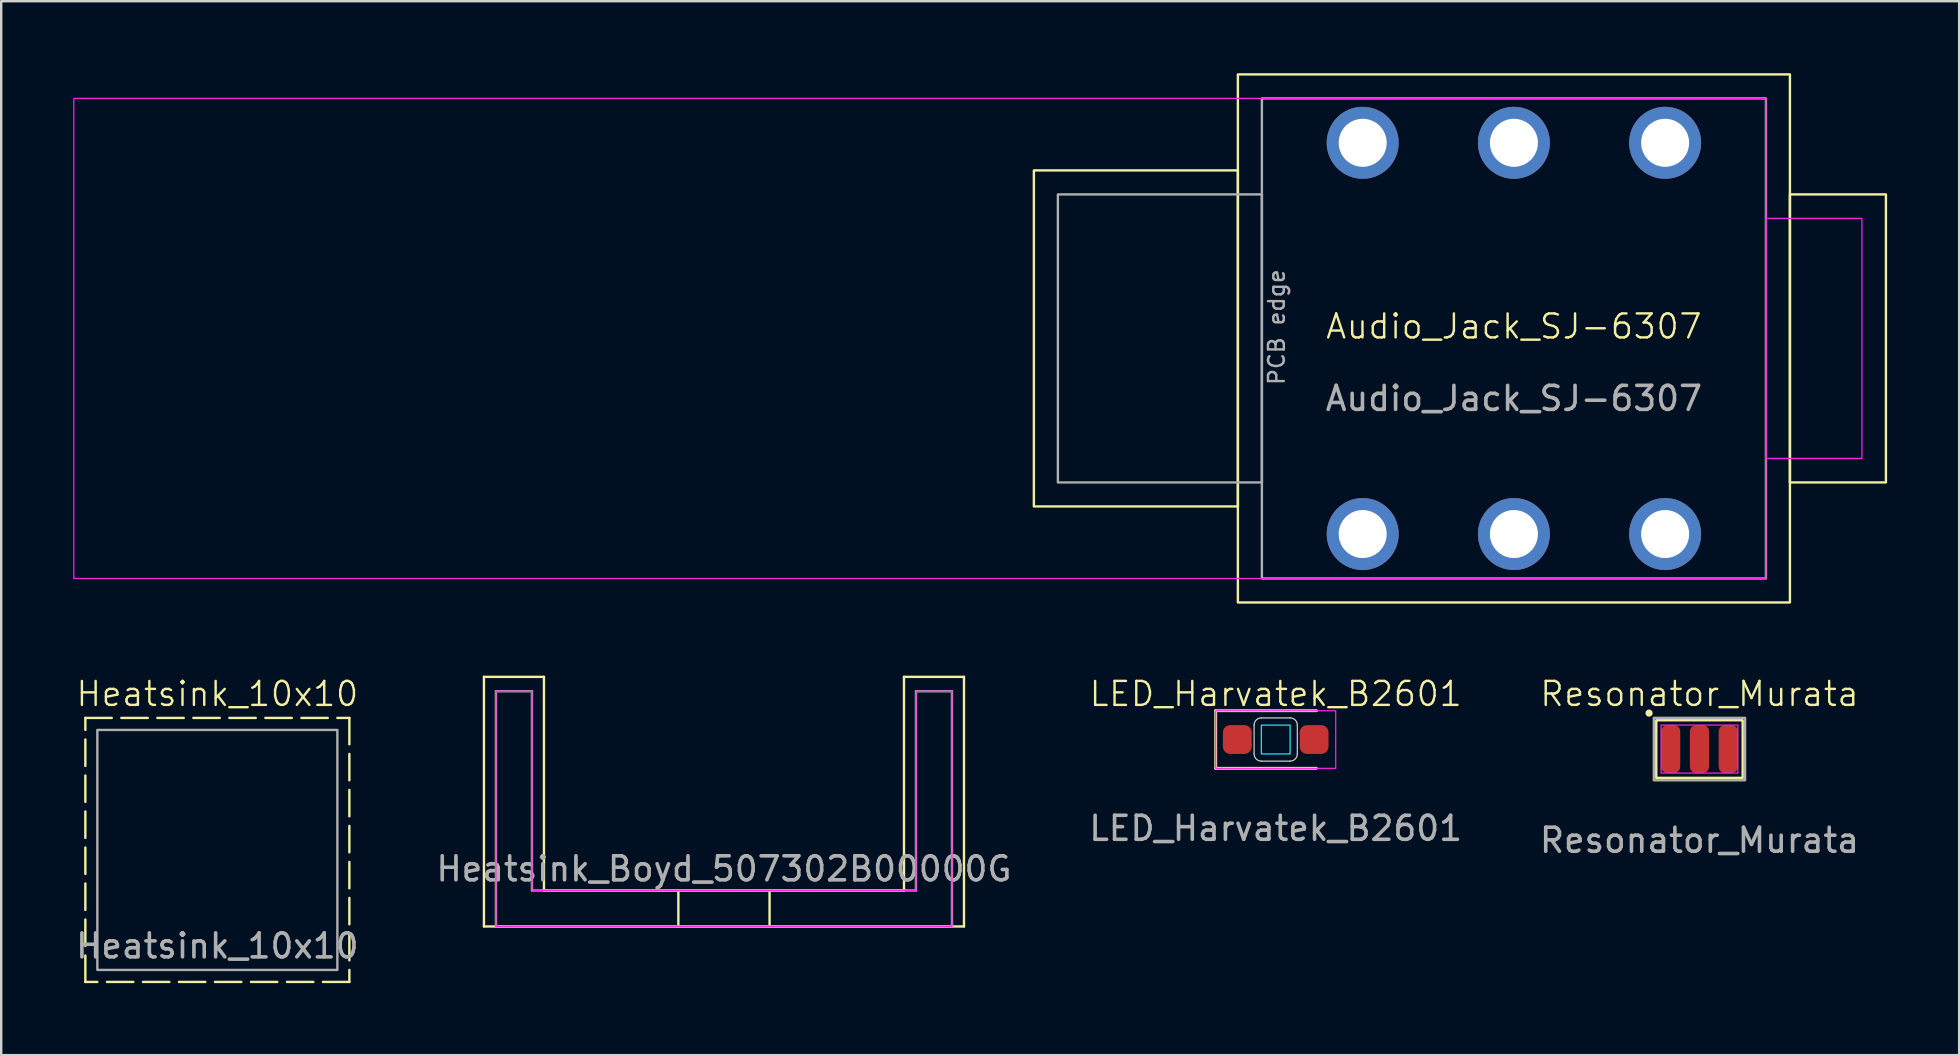
<source format=kicad_pcb>
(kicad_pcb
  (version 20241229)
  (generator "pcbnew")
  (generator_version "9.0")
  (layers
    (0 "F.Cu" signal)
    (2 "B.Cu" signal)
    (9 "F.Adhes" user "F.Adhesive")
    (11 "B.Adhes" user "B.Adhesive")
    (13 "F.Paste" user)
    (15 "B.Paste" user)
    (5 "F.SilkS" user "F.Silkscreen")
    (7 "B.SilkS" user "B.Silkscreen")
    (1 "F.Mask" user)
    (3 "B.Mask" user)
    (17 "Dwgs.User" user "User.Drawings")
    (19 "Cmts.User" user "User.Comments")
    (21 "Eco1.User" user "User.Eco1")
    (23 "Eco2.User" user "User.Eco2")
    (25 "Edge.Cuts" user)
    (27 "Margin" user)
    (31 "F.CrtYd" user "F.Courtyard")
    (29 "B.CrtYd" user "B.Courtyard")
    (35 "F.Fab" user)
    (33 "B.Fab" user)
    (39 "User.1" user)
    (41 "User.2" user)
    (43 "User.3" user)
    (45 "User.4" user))
  (footprint "Audio_Jack_SJ-6307"
    (layer "F.Cu")
    (at 60.025 11.05)
    (property "Reference" "Audio_Jack_SJ-6307" (at 0 -0.5 0) (unlocked yes) (layer "F.SilkS") (effects (font (size 1 1) (thickness 0.1))))
    (attr through_hole)
    (fp_rect (start -20 -7) (end -11.5 7) (stroke (width 0.1) (type default)) (fill no) (layer "F.SilkS"))
    (fp_rect (start -11.5 -11) (end 11.5 11) (stroke (width 0.1) (type default)) (fill no) (layer "F.SilkS"))
    (fp_rect (start 11.5 -6) (end 15.5 6) (stroke (width 0.1) (type default)) (fill no) (layer "F.SilkS"))
    (fp_rect (start -60 -10) (end 10.5 10) (stroke (width 0.05) (type default)) (fill no) (layer "F.CrtYd"))
    (fp_rect (start 10.5 -5) (end 14.5 5) (stroke (width 0.05) (type default)) (fill no) (layer "F.CrtYd"))
    (fp_rect (start -19 -6) (end -10.5 6) (stroke (width 0.1) (type default)) (fill no) (layer "F.Fab"))
    (fp_rect (start -10.5 -10) (end 10.5 10) (stroke (width 0.1) (type default)) (fill no) (layer "F.Fab"))
    (fp_text user "${REFERENCE}" (at 0 2.5 0) (unlocked yes) (layer "F.Fab") (effects (font (size 1 1) (thickness 0.15))))
    (fp_text user "PCB edge" (at -9.5 2 90) (unlocked yes) (layer "F.Fab") (effects (font (size 0.66 0.66) (thickness 0.1)) (justify left bottom)))
    (pad "R" thru_hole circle (at 0 8.15) (size 3 3) (drill 2) (layers "*.Cu" "*.Mask"))
    (pad "RN" thru_hole circle (at 0 -8.15) (size 3 3) (drill 2) (layers "*.Cu" "*.Mask"))
    (pad "S" thru_hole circle (at -6.3 8.15) (size 3 3) (drill 2) (layers "*.Cu" "*.Mask"))
    (pad "SN" thru_hole circle (at -6.3 -8.15) (size 3 3) (drill 2) (layers "*.Cu" "*.Mask"))
    (pad "T" thru_hole circle (at 6.3 8.15) (size 3 3) (drill 2) (layers "*.Cu" "*.Mask"))
    (pad "TN" thru_hole circle (at 6.3 -8.15) (size 3 3) (drill 2) (layers "*.Cu" "*.Mask")))
  (footprint "Resonator_Murata"
    (layer "F.Cu")
    (at 67.756 28.16)
    (property "Reference" "Resonator_Murata" (at 0 -2.3 0) (unlocked yes) (layer "F.SilkS") (effects (font (size 1 1) (thickness 0.1))))
    (attr smd)
    (fp_rect (start -1.8 -1.2) (end 1.8 1.2) (stroke (width 0.1) (type default)) (fill no) (layer "F.SilkS"))
    (fp_circle (center -2.1 -1.5) (end -2 -1.5) (stroke (width 0.1) (type solid)) (fill yes) (layer "F.SilkS"))
    (fp_rect (start -1.6 -1) (end 1.6 1) (stroke (width 0.05) (type default)) (fill no) (layer "F.CrtYd"))
    (fp_rect (start -1.9 -1.3) (end 1.9 1.3) (stroke (width 0.1) (type default)) (fill no) (layer "F.Fab"))
    (fp_text user "${REFERENCE}" (at 0 3.8 0) (unlocked yes) (layer "F.Fab") (effects (font (size 1 1) (thickness 0.15))))
    (pad "1" smd roundrect (at -1.2 0) (size 0.8 2) (layers "F.Cu" "F.Mask" "F.Paste") (roundrect_rratio 0.328))
    (pad "2" smd roundrect (at 0 0) (size 0.8 2) (layers "F.Cu" "F.Mask" "F.Paste") (roundrect_rratio 0.328))
    (pad "3" smd roundrect (at 1.2 0) (size 0.8 2) (layers "F.Cu" "F.Mask" "F.Paste") (roundrect_rratio 0.328))
    (zone (net_name "") (layer "B.Cu") (hatch edge 0.2) (connect_pads) (min_thickness 0.25) (filled_areas_thickness no) (keepout (tracks not_allowed) (vias not_allowed) (pads not_allowed) (copperpour not_allowed) (footprints not_allowed)) (placement (enabled no)) (fill) (polygon (pts (xy 65.756 26.761) (xy 69.756 26.761) (xy 69.756 29.561) (xy 65.756 29.561)))))
  (footprint "Heatsink_10x10"
    (layer "F.Cu")
    (at 6.006 32.361)
    (property "Reference" "Heatsink_10x10" (at 0 -6.5 0) (unlocked yes) (layer "F.SilkS") (effects (font (size 1 1) (thickness 0.1))))
    (fp_rect (start -5.5 -5.5) (end 5.5 5.5) (stroke (width 0.1) (type dash)) (fill no) (layer "F.SilkS"))
    (fp_rect (start -5 -5) (end 5 5) (stroke (width 0.1) (type default)) (fill no) (layer "F.Fab"))
    (fp_text user "${REFERENCE}" (at 0 4 0) (unlocked yes) (layer "F.Fab") (effects (font (size 1 1) (thickness 0.15)))))
  (footprint "Heatsink_Boyd_507302B00000G"
    (layer "F.Cu")
    (at 27.113 30.65)
    (property "Reference" "Heatsink_Boyd_507302B00000G" (at 0 2.5 0) (unlocked yes) (layer "F.SilkS") (effects (font (size 1 1) (thickness 0.1))))
    (fp_line (start -10 -5.5) (end -10 4.9) (stroke (width 0.1) (type default)) (layer "F.SilkS"))
    (fp_line (start -10 4.9) (end 10 4.9) (stroke (width 0.1) (type default)) (layer "F.SilkS"))
    (fp_line (start -7.5 -5.5) (end -10 -5.5) (stroke (width 0.1) (type default)) (layer "F.SilkS"))
    (fp_line (start -7.5 3.4) (end -7.5 -5.5) (stroke (width 0.1) (type default)) (layer "F.SilkS"))
    (fp_line (start -1.9 3.4) (end -1.9 4.9) (stroke (width 0.1) (type default)) (layer "F.SilkS"))
    (fp_line (start 1.9 3.4) (end 1.9 4.9) (stroke (width 0.1) (type default)) (layer "F.SilkS"))
    (fp_line (start 7.5 -5.5) (end 7.5 3.4) (stroke (width 0.1) (type default)) (layer "F.SilkS"))
    (fp_line (start 7.5 3.4) (end -7.5 3.4) (stroke (width 0.1) (type default)) (layer "F.SilkS"))
    (fp_line (start 10 -5.5) (end 7.5 -5.5) (stroke (width 0.1) (type default)) (layer "F.SilkS"))
    (fp_line (start 10 4.9) (end 10 -5.5) (stroke (width 0.1) (type default)) (layer "F.SilkS"))
    (fp_poly (pts (xy -9.5 -4.9) (xy -9.5 4.9) (xy 9.5 4.9) (xy 9.5 -4.9) (xy 8 -4.9) (xy 8 3.4) (xy -8 3.4) (xy -8 -4.9)) (stroke (width 0.05) (type solid)) (fill no) (layer "F.CrtYd"))
    (fp_line (start -9.5 -4.9) (end -9.5 4.9) (stroke (width 0.1) (type default)) (layer "F.Fab"))
    (fp_line (start -9.5 4.9) (end 9.5 4.9) (stroke (width 0.1) (type default)) (layer "F.Fab"))
    (fp_line (start -8 -4.9) (end -9.5 -4.9) (stroke (width 0.1) (type default)) (layer "F.Fab"))
    (fp_line (start -8 3.4) (end -8 -4.9) (stroke (width 0.1) (type default)) (layer "F.Fab"))
    (fp_line (start 8 -4.9) (end 8 3.4) (stroke (width 0.1) (type default)) (layer "F.Fab"))
    (fp_line (start 8 3.4) (end -8 3.4) (stroke (width 0.1) (type default)) (layer "F.Fab"))
    (fp_line (start 9.5 -4.9) (end 8 -4.9) (stroke (width 0.1) (type default)) (layer "F.Fab"))
    (fp_line (start 9.5 4.9) (end 9.5 -4.9) (stroke (width 0.1) (type default)) (layer "F.Fab"))
    (fp_text user "${REFERENCE}" (at 0 2.5 0) (unlocked yes) (layer "F.Fab") (effects (font (size 1 1) (thickness 0.15)))))
  (footprint "LED_Harvatek_B2601"
    (layer "F.Cu")
    (at 50.101 27.761)
    (property "Reference" "LED_Harvatek_B2601" (at 0 -1.9 0) (unlocked yes) (layer "F.SilkS") (effects (font (size 1 1) (thickness 0.1))))
    (attr smd)
    (fp_line (start -2.5 -1.2) (end -2.5 1.2) (stroke (width 0.12) (type solid)) (layer "F.SilkS"))
    (fp_line (start -2.496 1.2) (end 1.7 1.2) (stroke (width 0.12) (type solid)) (layer "F.SilkS"))
    (fp_line (start 1.7 -1.2) (end -2.5 -1.2) (stroke (width 0.12) (type solid)) (layer "F.SilkS"))
    (fp_line (start -0.9 -0.6) (end -0.9 0.6) (stroke (width 0.05) (type default)) (layer "Edge.Cuts"))
    (fp_line (start 0.6 -0.9) (end -0.6 -0.9) (stroke (width 0.05) (type default)) (layer "Edge.Cuts"))
    (fp_line (start 0.6 0.9) (end -0.6 0.9) (stroke (width 0.05) (type default)) (layer "Edge.Cuts"))
    (fp_line (start 0.9 -0.6) (end 0.9 0.6) (stroke (width 0.05) (type default)) (layer "Edge.Cuts"))
    (fp_arc (start -0.9 -0.6) (mid -0.812132 -0.812132) (end -0.6 -0.9) (stroke (width 0.05) (type default)) (layer "Edge.Cuts"))
    (fp_arc (start -0.6 0.9) (mid -0.812132 0.812132) (end -0.9 0.6) (stroke (width 0.05) (type default)) (layer "Edge.Cuts"))
    (fp_arc (start 0.6 -0.9) (mid 0.812132 -0.812132) (end 0.9 -0.6) (stroke (width 0.05) (type default)) (layer "Edge.Cuts"))
    (fp_arc (start 0.9 0.6) (mid 0.812132 0.812132) (end 0.6 0.9) (stroke (width 0.05) (type default)) (layer "Edge.Cuts"))
    (fp_rect (start -0.6 0.6) (end 0.6 -0.6) (stroke (width 0.05) (type default)) (fill no) (layer "B.CrtYd"))
    (fp_rect (start -2.5 -1.2) (end 2.5 1.2) (stroke (width 0.05) (type default)) (fill no) (layer "F.CrtYd"))
    (fp_text user "${REFERENCE}" (at 0 3.7 0) (unlocked yes) (layer "F.Fab") (effects (font (size 1 1) (thickness 0.15))))
    (pad "1" smd roundrect (at -1.6 0 90) (size 1.2 1.2) (layers "F.Cu" "F.Mask" "F.Paste") (roundrect_rratio 0.25))
    (pad "2" smd roundrect (at 1.6 0 90) (size 1.2 1.2) (layers "F.Cu" "F.Mask" "F.Paste") (roundrect_rratio 0.25)))
  (gr_rect
    (start -3 -3)
    (end 78.575 40.91)
    (stroke (width 0.1) (type default))
    (fill no)
    (layer "Edge.Cuts")))
</source>
